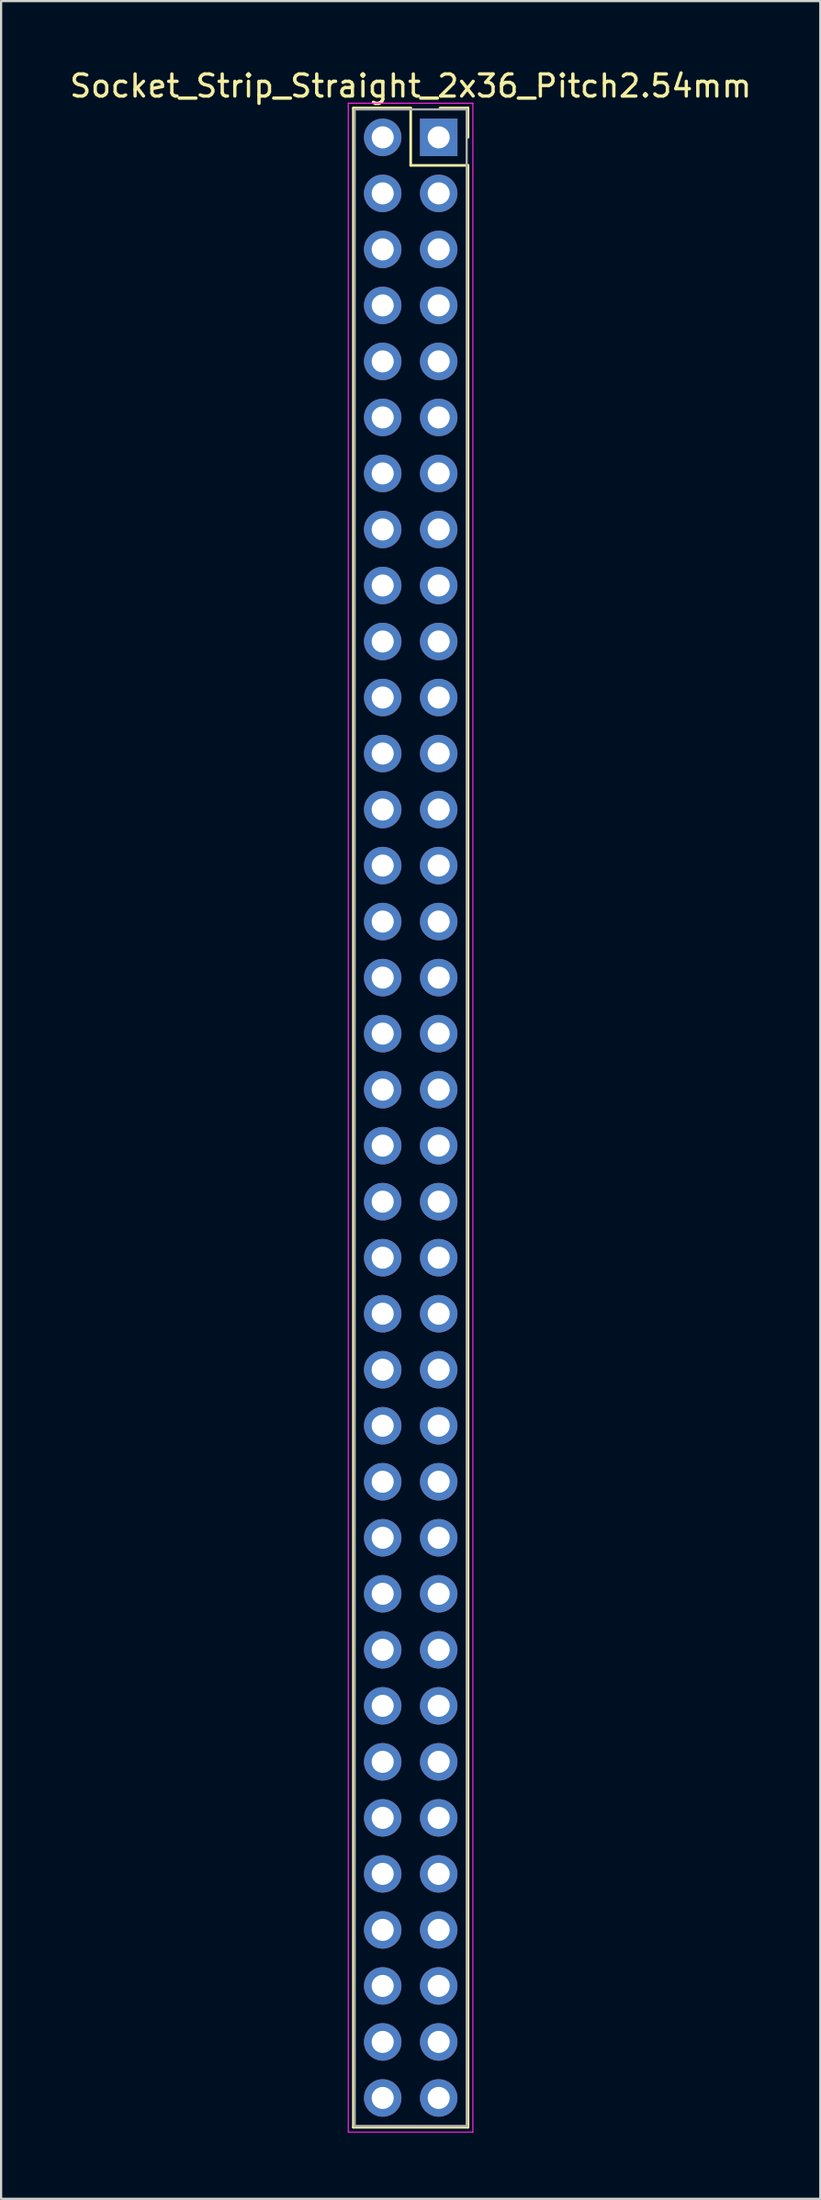
<source format=kicad_pcb>
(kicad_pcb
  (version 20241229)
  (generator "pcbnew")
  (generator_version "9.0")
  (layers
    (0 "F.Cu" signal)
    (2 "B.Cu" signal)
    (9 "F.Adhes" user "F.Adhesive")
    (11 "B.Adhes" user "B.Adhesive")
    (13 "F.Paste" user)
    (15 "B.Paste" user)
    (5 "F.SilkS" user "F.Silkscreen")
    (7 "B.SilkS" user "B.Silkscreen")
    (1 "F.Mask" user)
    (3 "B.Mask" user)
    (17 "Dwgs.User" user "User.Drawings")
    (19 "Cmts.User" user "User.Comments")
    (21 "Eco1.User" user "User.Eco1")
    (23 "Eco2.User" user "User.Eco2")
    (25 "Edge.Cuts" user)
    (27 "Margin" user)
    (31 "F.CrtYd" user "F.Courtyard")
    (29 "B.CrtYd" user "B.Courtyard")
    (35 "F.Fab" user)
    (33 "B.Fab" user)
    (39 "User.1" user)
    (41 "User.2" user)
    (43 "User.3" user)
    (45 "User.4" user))
  (footprint "Socket_Strip_Straight_2x36_Pitch2.54mm"
    (layer "F.Cu")
    (at 16.847 3.178)
    (property "Reference" "Socket_Strip_Straight_2x36_Pitch2.54mm" (at -1.27 -2.33 0) (layer "F.SilkS") (effects (font (size 1 1) (thickness 0.15))))
    (attr through_hole)
    (fp_line (start -3.87 -1.33) (end -1.27 -1.33) (stroke (width 0.12) (type solid)) (layer "F.SilkS"))
    (fp_line (start -3.87 90.23) (end -3.87 -1.33) (stroke (width 0.12) (type solid)) (layer "F.SilkS"))
    (fp_line (start -1.27 -1.33) (end -1.27 1.27) (stroke (width 0.12) (type solid)) (layer "F.SilkS"))
    (fp_line (start -1.27 1.27) (end 1.33 1.27) (stroke (width 0.12) (type solid)) (layer "F.SilkS"))
    (fp_line (start 1.33 -1.33) (end 0.06 -1.33) (stroke (width 0.12) (type solid)) (layer "F.SilkS"))
    (fp_line (start 1.33 0) (end 1.33 -1.33) (stroke (width 0.12) (type solid)) (layer "F.SilkS"))
    (fp_line (start 1.33 1.27) (end 1.33 90.23) (stroke (width 0.12) (type solid)) (layer "F.SilkS"))
    (fp_line (start 1.33 90.23) (end -3.87 90.23) (stroke (width 0.12) (type solid)) (layer "F.SilkS"))
    (fp_line (start -4.1 -1.55) (end -4.1 90.45) (stroke (width 0.05) (type solid)) (layer "F.CrtYd"))
    (fp_line (start -4.1 90.45) (end 1.55 90.45) (stroke (width 0.05) (type solid)) (layer "F.CrtYd"))
    (fp_line (start 1.55 -1.55) (end -4.1 -1.55) (stroke (width 0.05) (type solid)) (layer "F.CrtYd"))
    (fp_line (start 1.55 90.45) (end 1.55 -1.55) (stroke (width 0.05) (type solid)) (layer "F.CrtYd"))
    (fp_line (start -3.81 -1.27) (end -3.81 90.17) (stroke (width 0.1) (type solid)) (layer "F.Fab"))
    (fp_line (start -3.81 90.17) (end 1.27 90.17) (stroke (width 0.1) (type solid)) (layer "F.Fab"))
    (fp_line (start 1.27 -1.27) (end -3.81 -1.27) (stroke (width 0.1) (type solid)) (layer "F.Fab"))
    (fp_line (start 1.27 90.17) (end 1.27 -1.27) (stroke (width 0.1) (type solid)) (layer "F.Fab"))
    (pad "1" thru_hole rect (at 0 0) (size 1.7 1.7) (drill 1) (layers "*.Cu" "*.Mask"))
    (pad "2" thru_hole oval (at -2.54 0) (size 1.7 1.7) (drill 1) (layers "*.Cu" "*.Mask"))
    (pad "3" thru_hole oval (at 0 2.54) (size 1.7 1.7) (drill 1) (layers "*.Cu" "*.Mask"))
    (pad "4" thru_hole oval (at -2.54 2.54) (size 1.7 1.7) (drill 1) (layers "*.Cu" "*.Mask"))
    (pad "5" thru_hole oval (at 0 5.08) (size 1.7 1.7) (drill 1) (layers "*.Cu" "*.Mask"))
    (pad "6" thru_hole oval (at -2.54 5.08) (size 1.7 1.7) (drill 1) (layers "*.Cu" "*.Mask"))
    (pad "7" thru_hole oval (at 0 7.62) (size 1.7 1.7) (drill 1) (layers "*.Cu" "*.Mask"))
    (pad "8" thru_hole oval (at -2.54 7.62) (size 1.7 1.7) (drill 1) (layers "*.Cu" "*.Mask"))
    (pad "9" thru_hole oval (at 0 10.16) (size 1.7 1.7) (drill 1) (layers "*.Cu" "*.Mask"))
    (pad "10" thru_hole oval (at -2.54 10.16) (size 1.7 1.7) (drill 1) (layers "*.Cu" "*.Mask"))
    (pad "11" thru_hole oval (at 0 12.7) (size 1.7 1.7) (drill 1) (layers "*.Cu" "*.Mask"))
    (pad "12" thru_hole oval (at -2.54 12.7) (size 1.7 1.7) (drill 1) (layers "*.Cu" "*.Mask"))
    (pad "13" thru_hole oval (at 0 15.24) (size 1.7 1.7) (drill 1) (layers "*.Cu" "*.Mask"))
    (pad "14" thru_hole oval (at -2.54 15.24) (size 1.7 1.7) (drill 1) (layers "*.Cu" "*.Mask"))
    (pad "15" thru_hole oval (at 0 17.78) (size 1.7 1.7) (drill 1) (layers "*.Cu" "*.Mask"))
    (pad "16" thru_hole oval (at -2.54 17.78) (size 1.7 1.7) (drill 1) (layers "*.Cu" "*.Mask"))
    (pad "17" thru_hole oval (at 0 20.32) (size 1.7 1.7) (drill 1) (layers "*.Cu" "*.Mask"))
    (pad "18" thru_hole oval (at -2.54 20.32) (size 1.7 1.7) (drill 1) (layers "*.Cu" "*.Mask"))
    (pad "19" thru_hole oval (at 0 22.86) (size 1.7 1.7) (drill 1) (layers "*.Cu" "*.Mask"))
    (pad "20" thru_hole oval (at -2.54 22.86) (size 1.7 1.7) (drill 1) (layers "*.Cu" "*.Mask"))
    (pad "21" thru_hole oval (at 0 25.4) (size 1.7 1.7) (drill 1) (layers "*.Cu" "*.Mask"))
    (pad "22" thru_hole oval (at -2.54 25.4) (size 1.7 1.7) (drill 1) (layers "*.Cu" "*.Mask"))
    (pad "23" thru_hole oval (at 0 27.94) (size 1.7 1.7) (drill 1) (layers "*.Cu" "*.Mask"))
    (pad "24" thru_hole oval (at -2.54 27.94) (size 1.7 1.7) (drill 1) (layers "*.Cu" "*.Mask"))
    (pad "25" thru_hole oval (at 0 30.48) (size 1.7 1.7) (drill 1) (layers "*.Cu" "*.Mask"))
    (pad "26" thru_hole oval (at -2.54 30.48) (size 1.7 1.7) (drill 1) (layers "*.Cu" "*.Mask"))
    (pad "27" thru_hole oval (at 0 33.02) (size 1.7 1.7) (drill 1) (layers "*.Cu" "*.Mask"))
    (pad "28" thru_hole oval (at -2.54 33.02) (size 1.7 1.7) (drill 1) (layers "*.Cu" "*.Mask"))
    (pad "29" thru_hole oval (at 0 35.56) (size 1.7 1.7) (drill 1) (layers "*.Cu" "*.Mask"))
    (pad "30" thru_hole oval (at -2.54 35.56) (size 1.7 1.7) (drill 1) (layers "*.Cu" "*.Mask"))
    (pad "31" thru_hole oval (at 0 38.1) (size 1.7 1.7) (drill 1) (layers "*.Cu" "*.Mask"))
    (pad "32" thru_hole oval (at -2.54 38.1) (size 1.7 1.7) (drill 1) (layers "*.Cu" "*.Mask"))
    (pad "33" thru_hole oval (at 0 40.64) (size 1.7 1.7) (drill 1) (layers "*.Cu" "*.Mask"))
    (pad "34" thru_hole oval (at -2.54 40.64) (size 1.7 1.7) (drill 1) (layers "*.Cu" "*.Mask"))
    (pad "35" thru_hole oval (at 0 43.18) (size 1.7 1.7) (drill 1) (layers "*.Cu" "*.Mask"))
    (pad "36" thru_hole oval (at -2.54 43.18) (size 1.7 1.7) (drill 1) (layers "*.Cu" "*.Mask"))
    (pad "37" thru_hole oval (at 0 45.72) (size 1.7 1.7) (drill 1) (layers "*.Cu" "*.Mask"))
    (pad "38" thru_hole oval (at -2.54 45.72) (size 1.7 1.7) (drill 1) (layers "*.Cu" "*.Mask"))
    (pad "39" thru_hole oval (at 0 48.26) (size 1.7 1.7) (drill 1) (layers "*.Cu" "*.Mask"))
    (pad "40" thru_hole oval (at -2.54 48.26) (size 1.7 1.7) (drill 1) (layers "*.Cu" "*.Mask"))
    (pad "41" thru_hole oval (at 0 50.8) (size 1.7 1.7) (drill 1) (layers "*.Cu" "*.Mask"))
    (pad "42" thru_hole oval (at -2.54 50.8) (size 1.7 1.7) (drill 1) (layers "*.Cu" "*.Mask"))
    (pad "43" thru_hole oval (at 0 53.34) (size 1.7 1.7) (drill 1) (layers "*.Cu" "*.Mask"))
    (pad "44" thru_hole oval (at -2.54 53.34) (size 1.7 1.7) (drill 1) (layers "*.Cu" "*.Mask"))
    (pad "45" thru_hole oval (at 0 55.88) (size 1.7 1.7) (drill 1) (layers "*.Cu" "*.Mask"))
    (pad "46" thru_hole oval (at -2.54 55.88) (size 1.7 1.7) (drill 1) (layers "*.Cu" "*.Mask"))
    (pad "47" thru_hole oval (at 0 58.42) (size 1.7 1.7) (drill 1) (layers "*.Cu" "*.Mask"))
    (pad "48" thru_hole oval (at -2.54 58.42) (size 1.7 1.7) (drill 1) (layers "*.Cu" "*.Mask"))
    (pad "49" thru_hole oval (at 0 60.96) (size 1.7 1.7) (drill 1) (layers "*.Cu" "*.Mask"))
    (pad "50" thru_hole oval (at -2.54 60.96) (size 1.7 1.7) (drill 1) (layers "*.Cu" "*.Mask"))
    (pad "51" thru_hole oval (at 0 63.5) (size 1.7 1.7) (drill 1) (layers "*.Cu" "*.Mask"))
    (pad "52" thru_hole oval (at -2.54 63.5) (size 1.7 1.7) (drill 1) (layers "*.Cu" "*.Mask"))
    (pad "53" thru_hole oval (at 0 66.04) (size 1.7 1.7) (drill 1) (layers "*.Cu" "*.Mask"))
    (pad "54" thru_hole oval (at -2.54 66.04) (size 1.7 1.7) (drill 1) (layers "*.Cu" "*.Mask"))
    (pad "55" thru_hole oval (at 0 68.58) (size 1.7 1.7) (drill 1) (layers "*.Cu" "*.Mask"))
    (pad "56" thru_hole oval (at -2.54 68.58) (size 1.7 1.7) (drill 1) (layers "*.Cu" "*.Mask"))
    (pad "57" thru_hole oval (at 0 71.12) (size 1.7 1.7) (drill 1) (layers "*.Cu" "*.Mask"))
    (pad "58" thru_hole oval (at -2.54 71.12) (size 1.7 1.7) (drill 1) (layers "*.Cu" "*.Mask"))
    (pad "59" thru_hole oval (at 0 73.66) (size 1.7 1.7) (drill 1) (layers "*.Cu" "*.Mask"))
    (pad "60" thru_hole oval (at -2.54 73.66) (size 1.7 1.7) (drill 1) (layers "*.Cu" "*.Mask"))
    (pad "61" thru_hole oval (at 0 76.2) (size 1.7 1.7) (drill 1) (layers "*.Cu" "*.Mask"))
    (pad "62" thru_hole oval (at -2.54 76.2) (size 1.7 1.7) (drill 1) (layers "*.Cu" "*.Mask"))
    (pad "63" thru_hole oval (at 0 78.74) (size 1.7 1.7) (drill 1) (layers "*.Cu" "*.Mask"))
    (pad "64" thru_hole oval (at -2.54 78.74) (size 1.7 1.7) (drill 1) (layers "*.Cu" "*.Mask"))
    (pad "65" thru_hole oval (at 0 81.28) (size 1.7 1.7) (drill 1) (layers "*.Cu" "*.Mask"))
    (pad "66" thru_hole oval (at -2.54 81.28) (size 1.7 1.7) (drill 1) (layers "*.Cu" "*.Mask"))
    (pad "67" thru_hole oval (at 0 83.82) (size 1.7 1.7) (drill 1) (layers "*.Cu" "*.Mask"))
    (pad "68" thru_hole oval (at -2.54 83.82) (size 1.7 1.7) (drill 1) (layers "*.Cu" "*.Mask"))
    (pad "69" thru_hole oval (at 0 86.36) (size 1.7 1.7) (drill 1) (layers "*.Cu" "*.Mask"))
    (pad "70" thru_hole oval (at -2.54 86.36) (size 1.7 1.7) (drill 1) (layers "*.Cu" "*.Mask"))
    (pad "71" thru_hole oval (at 0 88.9) (size 1.7 1.7) (drill 1) (layers "*.Cu" "*.Mask"))
    (pad "72" thru_hole oval (at -2.54 88.9) (size 1.7 1.7) (drill 1) (layers "*.Cu" "*.Mask")))
  (gr_rect
    (start -3 -3)
    (end 34.155 96.653)
    (stroke (width 0.1) (type default))
    (fill no)
    (layer "Edge.Cuts")))
</source>
